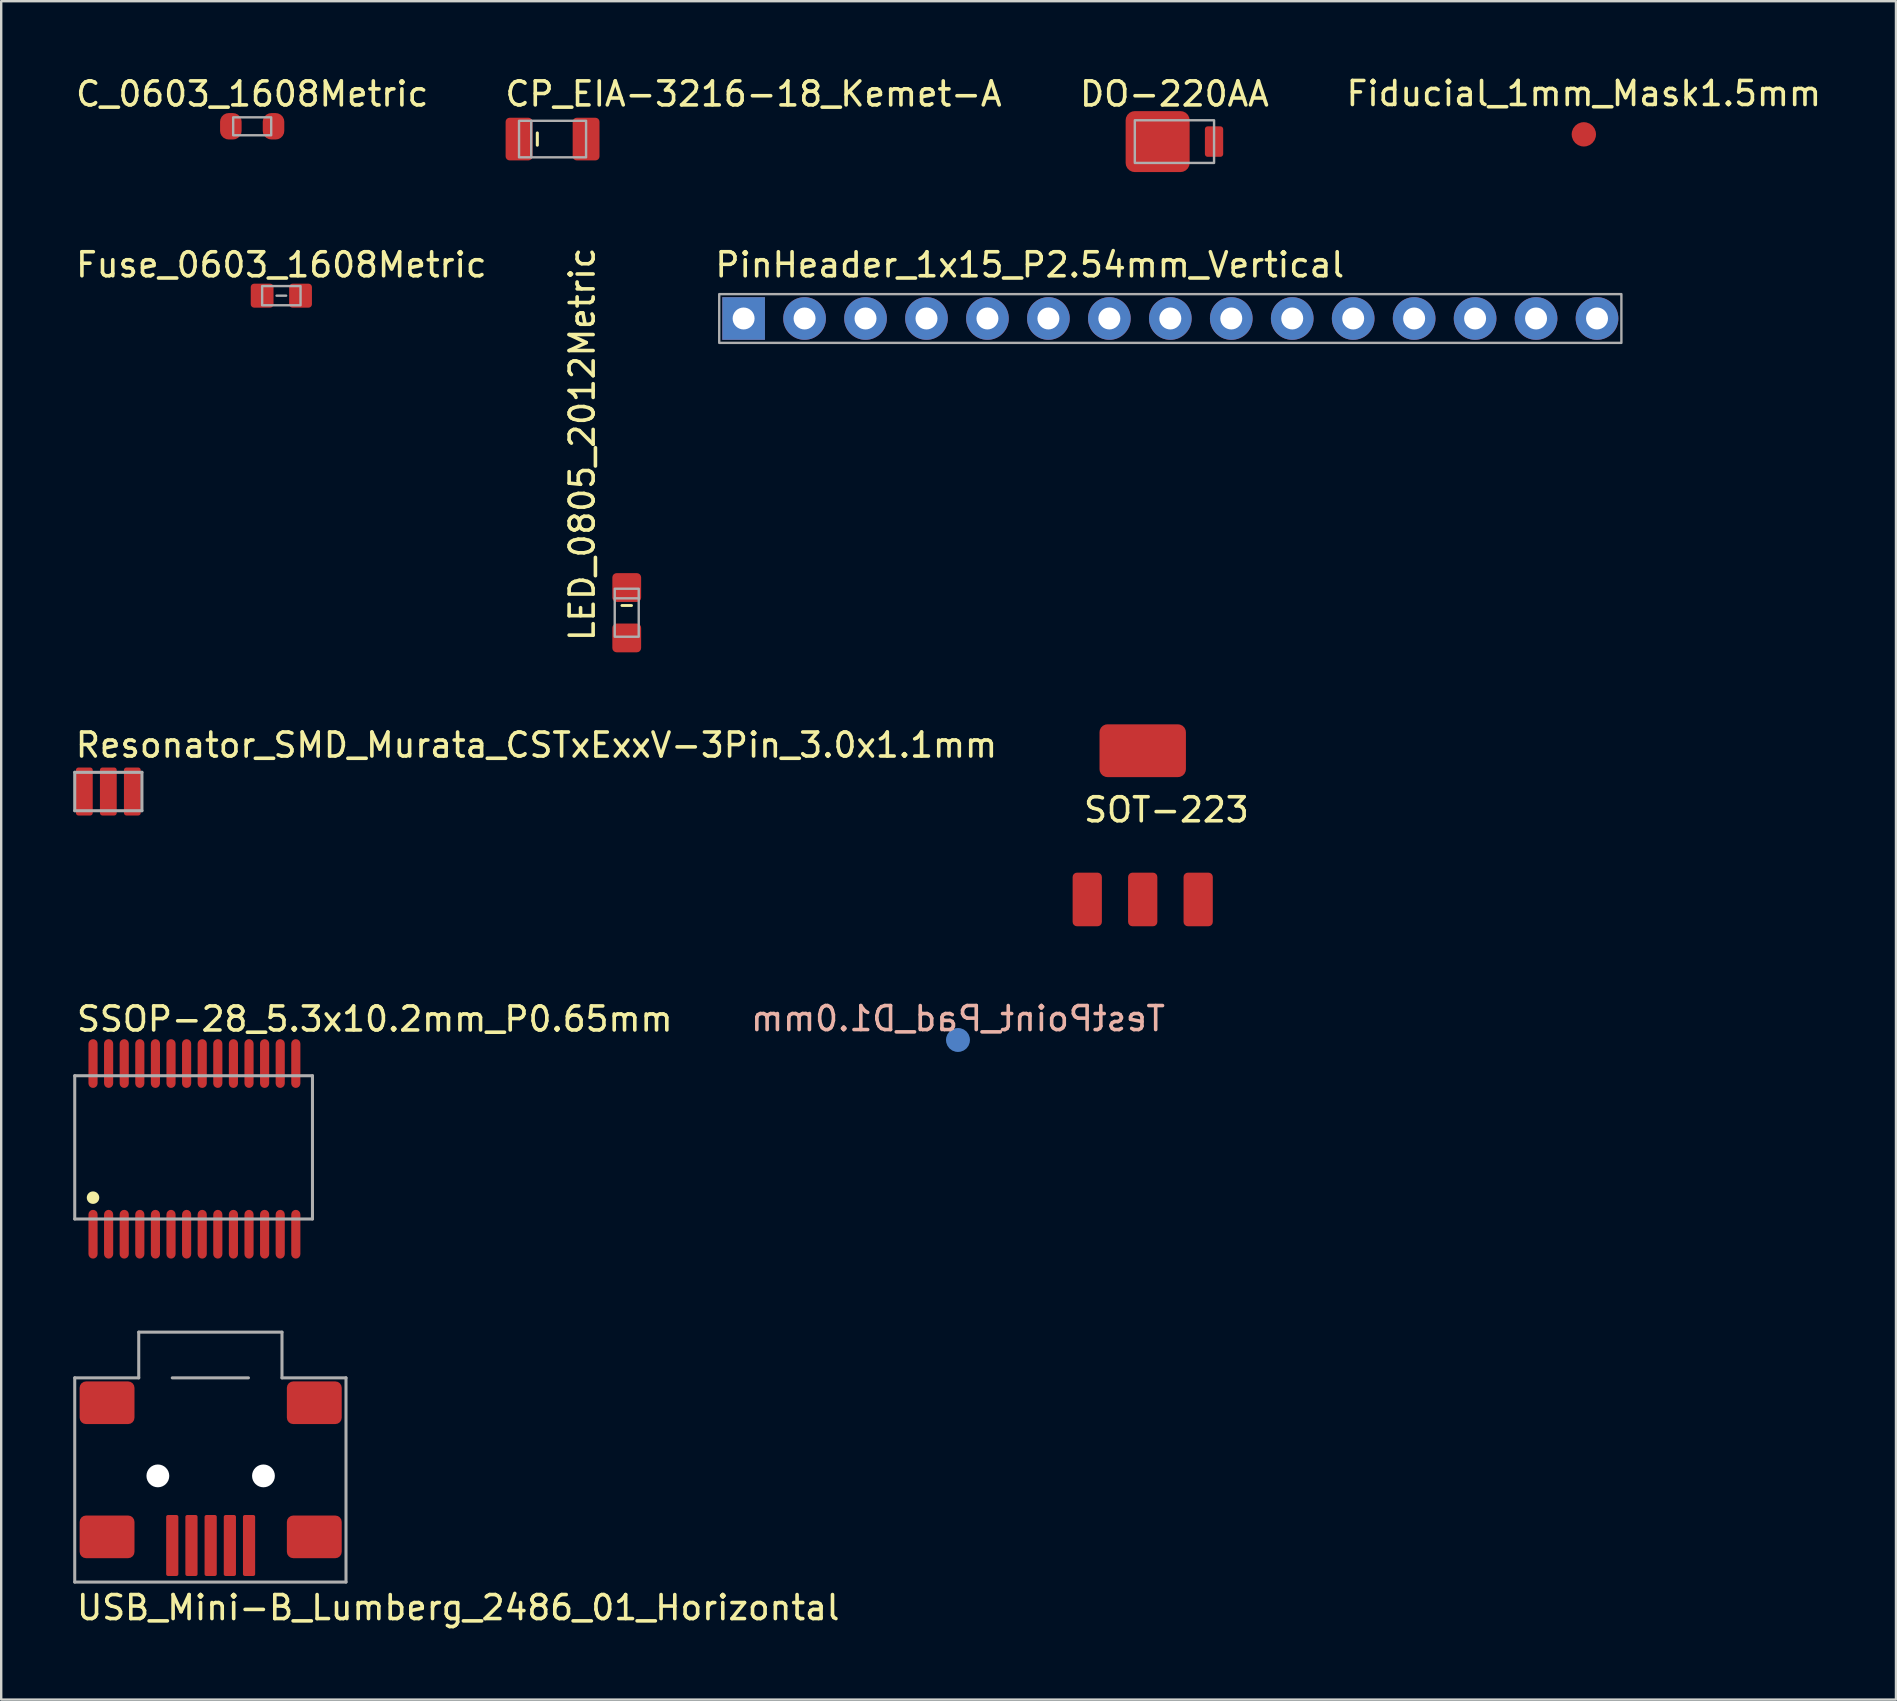
<source format=kicad_pcb>
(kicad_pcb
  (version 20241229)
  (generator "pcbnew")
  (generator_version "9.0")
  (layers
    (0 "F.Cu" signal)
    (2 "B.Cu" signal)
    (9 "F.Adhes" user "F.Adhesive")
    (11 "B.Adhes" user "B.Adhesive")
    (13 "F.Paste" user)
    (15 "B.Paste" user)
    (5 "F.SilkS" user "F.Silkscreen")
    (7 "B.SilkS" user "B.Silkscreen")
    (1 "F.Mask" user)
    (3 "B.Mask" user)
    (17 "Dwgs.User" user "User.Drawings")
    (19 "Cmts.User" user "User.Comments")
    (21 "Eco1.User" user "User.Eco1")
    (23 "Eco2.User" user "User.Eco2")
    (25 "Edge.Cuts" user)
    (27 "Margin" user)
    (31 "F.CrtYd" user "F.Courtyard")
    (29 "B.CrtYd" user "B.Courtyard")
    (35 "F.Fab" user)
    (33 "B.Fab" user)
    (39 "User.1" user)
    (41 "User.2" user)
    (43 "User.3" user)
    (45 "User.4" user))
  (footprint "Resonator_SMD_Murata_CSTxExxV-3Pin_3.0x1.1mm"
    (layer "F.Cu")
    (at 1.464 29.931)
    (property "Reference" "Resonator_SMD_Murata_CSTxExxV-3Pin_3.0x1.1mm" (at -1.45 -1.35 0) (layer "F.SilkS") (effects (font (size 1 1) (thickness 0.15)) (justify left bottom)))
    (attr smd)
    (fp_line (start -1.4 -0.8) (end 1.4 -0.8) (stroke (width 0.127) (type solid)) (layer "F.Fab"))
    (fp_line (start -1.4 0.8) (end -1.4 -0.8) (stroke (width 0.127) (type solid)) (layer "F.Fab"))
    (fp_line (start 1.4 -0.8) (end 1.4 0.8) (stroke (width 0.127) (type solid)) (layer "F.Fab"))
    (fp_line (start 1.4 0.8) (end -1.4 0.8) (stroke (width 0.127) (type solid)) (layer "F.Fab"))
    (pad "1" smd roundrect (at -1 0 90) (size 2 0.7) (layers "F.Cu" "F.Mask" "F.Paste") (roundrect_rratio 0.15))
    (pad "2" smd roundrect (at 0 0 90) (size 2 0.7) (layers "F.Cu" "F.Mask" "F.Paste") (roundrect_rratio 0.15))
    (pad "3" smd roundrect (at 1 0 90) (size 2 0.7) (layers "F.Cu" "F.Mask" "F.Paste") (roundrect_rratio 0.15)))
  (footprint "C_0603_1608Metric"
    (layer "F.Cu")
    (at 7.458 2.212)
    (property "Reference" "C_0603_1608Metric" (at 0 -0.762 0) (layer "F.SilkS") (effects (font (size 1 1) (thickness 0.15)) (justify bottom)))
    (attr smd)
    (fp_rect (start -0.792 -0.373) (end 0.792 0.373) (stroke (width 0.1) (type solid)) (fill no) (layer "F.Fab"))
    (pad "1" smd roundrect (at -0.889 0 90) (size 1.1 0.898) (layers "F.Cu" "F.Mask" "F.Paste") (roundrect_rratio 0.4))
    (pad "2" smd roundrect (at 0.889 0 90) (size 1.1 0.898) (layers "F.Cu" "F.Mask" "F.Paste") (roundrect_rratio 0.4)))
  (footprint "LED_0805_2012Metric"
    (layer "F.Cu")
    (at 23.065 22.481)
    (property "Reference" "LED_0805_2012Metric" (at -1.27 1.27 90) (layer "F.SilkS") (effects (font (size 1 1) (thickness 0.15)) (justify left bottom)))
    (attr smd)
    (fp_line (start -0.2 -0.3) (end 0.2 -0.3) (stroke (width 0.12) (type solid)) (layer "F.SilkS"))
    (fp_line (start -0.5 -0.6) (end 0.5 -0.6) (stroke (width 0.1) (type solid)) (layer "F.Fab"))
    (fp_rect (start -0.5 1) (end 0.5 -1) (stroke (width 0.1) (type solid)) (fill no) (layer "F.Fab"))
    (pad "1" smd roundrect (at 0 1.05 90) (size 1.2 1.2) (layers "F.Cu" "F.Mask" "F.Paste") (roundrect_rratio 0.15))
    (pad "2" smd roundrect (at 0 -1.05 90) (size 1.2 1.2) (layers "F.Cu" "F.Mask" "F.Paste") (roundrect_rratio 0.15)))
  (footprint "TestPoint_Pad_D1.0mm"
    (layer "F.Cu")
    (at 36.867 40.284)
    (property "Reference" "TestPoint_Pad_D1.0mm" (at 0 -0.889 0) (layer "B.SilkS") (effects (font (size 1 1) (thickness 0.15)) (justify mirror)))
    (pad "X" smd roundrect (at 0 0) (size 1 1) (layers "B.Cu" "B.Mask") (roundrect_rratio 0.5)))
  (footprint "CP_EIA-3216-18_Kemet-A"
    (layer "F.Cu")
    (at 18.577 2.745)
    (property "Reference" "CP_EIA-3216-18_Kemet-A" (at -0.66 -1.295 0) (layer "F.SilkS") (effects (font (size 1 1) (thickness 0.15)) (justify left bottom)))
    (attr smd)
    (fp_line (start 0.762 0.254) (end 0.762 -0.254) (stroke (width 0.127) (type solid)) (layer "F.SilkS"))
    (fp_rect (start 0 -0.762) (end 2.794 0.762) (stroke (width 0.1) (type solid)) (fill no) (layer "F.Fab"))
    (fp_rect (start 0.508 -0.762) (end 0.508 0.762) (stroke (width 0.1) (type solid)) (fill no) (layer "F.Fab"))
    (pad "1" smd roundrect (at 0 0) (size 1.118 1.778) (layers "F.Cu" "F.Mask" "F.Paste") (roundrect_rratio 0.15))
    (pad "2" smd roundrect (at 2.794 0) (size 1.118 1.778) (layers "F.Cu" "F.Mask" "F.Paste") (roundrect_rratio 0.15)))
  (footprint "PinHeader_1x15_P2.54mm_Vertical"
    (layer "F.Cu")
    (at 45.715 10.221)
    (property "Reference" "PinHeader_1x15_P2.54mm_Vertical" (at -19.05 -1.651 0) (layer "F.SilkS") (effects (font (size 1 1) (thickness 0.15)) (justify left bottom)))
    (attr through_hole)
    (fp_rect (start -18.796 -1.016) (end 18.796 1.016) (stroke (width 0.1) (type solid)) (fill no) (layer "F.Fab"))
    (pad "1" thru_hole rect (at -17.78 0) (size 1.778 1.778) (drill 0.914) (layers "*.Cu" "*.Mask"))
    (pad "2" thru_hole circle (at -15.24 0) (size 1.778 1.778) (drill 0.914) (layers "*.Cu" "*.Mask"))
    (pad "3" thru_hole circle (at -12.7 0) (size 1.778 1.778) (drill 0.914) (layers "*.Cu" "*.Mask"))
    (pad "4" thru_hole circle (at -10.16 0) (size 1.778 1.778) (drill 0.914) (layers "*.Cu" "*.Mask"))
    (pad "5" thru_hole circle (at -7.62 0) (size 1.778 1.778) (drill 0.914) (layers "*.Cu" "*.Mask"))
    (pad "6" thru_hole circle (at -5.08 0) (size 1.778 1.778) (drill 0.914) (layers "*.Cu" "*.Mask"))
    (pad "7" thru_hole circle (at -2.54 0) (size 1.778 1.778) (drill 0.914) (layers "*.Cu" "*.Mask"))
    (pad "8" thru_hole circle (at 0 0) (size 1.778 1.778) (drill 0.914) (layers "*.Cu" "*.Mask"))
    (pad "9" thru_hole circle (at 2.54 0) (size 1.778 1.778) (drill 0.914) (layers "*.Cu" "*.Mask"))
    (pad "10" thru_hole circle (at 5.08 0) (size 1.778 1.778) (drill 0.914) (layers "*.Cu" "*.Mask"))
    (pad "11" thru_hole circle (at 7.62 0) (size 1.778 1.778) (drill 0.914) (layers "*.Cu" "*.Mask"))
    (pad "12" thru_hole circle (at 10.16 0) (size 1.778 1.778) (drill 0.914) (layers "*.Cu" "*.Mask"))
    (pad "13" thru_hole circle (at 12.7 0) (size 1.778 1.778) (drill 0.914) (layers "*.Cu" "*.Mask"))
    (pad "14" thru_hole circle (at 15.24 0) (size 1.778 1.778) (drill 0.914) (layers "*.Cu" "*.Mask"))
    (pad "15" thru_hole circle (at 17.78 0) (size 1.778 1.778) (drill 0.914) (layers "*.Cu" "*.Mask")))
  (footprint "Fuse_0603_1608Metric"
    (layer "F.Cu")
    (at 8.673 9.27)
    (property "Reference" "Fuse_0603_1608Metric" (at 0 -0.7 0) (layer "F.SilkS") (effects (font (size 1 1) (thickness 0.15)) (justify bottom)))
    (attr smd)
    (fp_line (start -0.2 0) (end 0.2 0) (stroke (width 0.1) (type solid)) (layer "F.Fab"))
    (fp_rect (start -0.8 -0.4) (end 0.8 0.4) (stroke (width 0.1) (type solid)) (fill no) (layer "F.Fab"))
    (pad "1" smd roundrect (at -0.8 0) (size 0.95 1) (layers "F.Cu" "F.Mask" "F.Paste") (roundrect_rratio 0.15))
    (pad "2" smd roundrect (at 0.8 0) (size 0.95 1) (layers "F.Cu" "F.Mask" "F.Paste") (roundrect_rratio 0.15)))
  (footprint "USB_Mini-B_Lumberg_2486_01_Horizontal"
    (layer "F.Cu")
    (at 4.128 61.348)
    (property "Reference" "USB_Mini-B_Lumberg_2486_01_Horizontal" (at -4.064 3.175 0) (layer "F.SilkS") (effects (font (size 1 1) (thickness 0.15)) (justify left bottom)))
    (attr smd)
    (fp_line (start -4.064 -6.985) (end -1.397 -6.985) (stroke (width 0.127) (type solid)) (layer "F.Fab"))
    (fp_line (start -4.064 1.524) (end -4.064 -6.985) (stroke (width 0.127) (type solid)) (layer "F.Fab"))
    (fp_line (start -1.397 -8.89) (end 4.572 -8.89) (stroke (width 0.127) (type solid)) (layer "F.Fab"))
    (fp_line (start -1.397 -6.985) (end -1.397 -8.89) (stroke (width 0.127) (type solid)) (layer "F.Fab"))
    (fp_line (start 0 -6.985) (end 3.175 -6.985) (stroke (width 0.127) (type solid)) (layer "F.Fab"))
    (fp_line (start 4.572 -8.89) (end 4.572 -6.985) (stroke (width 0.127) (type solid)) (layer "F.Fab"))
    (fp_line (start 4.572 -6.985) (end 7.239 -6.985) (stroke (width 0.127) (type solid)) (layer "F.Fab"))
    (fp_line (start 7.239 -6.985) (end 7.239 1.524) (stroke (width 0.127) (type solid)) (layer "F.Fab"))
    (fp_line (start 7.239 1.524) (end -4.064 1.524) (stroke (width 0.127) (type solid)) (layer "F.Fab"))
    (pad "" np_thru_hole circle (at -0.6 -2.9) (size 0.95 0.95) (drill 0.95) (layers "*.Cu" "*.Mask"))
    (pad "" np_thru_hole circle (at 3.8 -2.9) (size 0.95 0.95) (drill 0.95) (layers "*.Cu" "*.Mask"))
    (pad "1" smd roundrect (at 0 0 90) (size 2.54 0.508) (layers "F.Cu" "F.Mask" "F.Paste") (roundrect_rratio 0.15))
    (pad "2" smd roundrect (at 0.8 0 90) (size 2.54 0.508) (layers "F.Cu" "F.Mask" "F.Paste") (roundrect_rratio 0.15))
    (pad "3" smd roundrect (at 1.6 0 90) (size 2.54 0.508) (layers "F.Cu" "F.Mask" "F.Paste") (roundrect_rratio 0.15))
    (pad "4" smd roundrect (at 2.4 0 90) (size 2.54 0.508) (layers "F.Cu" "F.Mask" "F.Paste") (roundrect_rratio 0.15))
    (pad "5" smd roundrect (at 3.2 0 90) (size 2.54 0.508) (layers "F.Cu" "F.Mask" "F.Paste") (roundrect_rratio 0.15))
    (pad "6" smd roundrect (at -2.717 -5.948 90) (size 1.778 2.286) (layers "F.Cu" "F.Mask" "F.Paste") (roundrect_rratio 0.15))
    (pad "7" smd roundrect (at -2.717 -0.36 90) (size 1.778 2.286) (layers "F.Cu" "F.Mask" "F.Paste") (roundrect_rratio 0.15))
    (pad "8" smd roundrect (at 5.918 -0.36 90) (size 1.778 2.286) (layers "F.Cu" "F.Mask" "F.Paste") (roundrect_rratio 0.15))
    (pad "9" smd roundrect (at 5.918 -5.948 90) (size 1.778 2.286) (layers "F.Cu" "F.Mask" "F.Paste") (roundrect_rratio 0.15)))
  (footprint "SSOP-28_5.3x10.2mm_P0.65mm"
    (layer "F.Cu")
    (at 0.826 48.378)
    (property "Reference" "SSOP-28_5.3x10.2mm_P0.65mm" (at -0.762 -8.382 0) (layer "F.SilkS") (effects (font (size 1 1) (thickness 0.15)) (justify left bottom)))
    (attr smd)
    (fp_circle (center 0 -1.524) (end 0.2 -1.524) (stroke (width 0.12) (type solid)) (fill yes) (layer "F.SilkS"))
    (fp_line (start -0.762 -6.604) (end 9.144 -6.604) (stroke (width 0.127) (type solid)) (layer "F.Fab"))
    (fp_line (start -0.762 -0.635) (end -0.762 -6.604) (stroke (width 0.127) (type solid)) (layer "F.Fab"))
    (fp_line (start 9.144 -6.604) (end 9.144 -0.635) (stroke (width 0.127) (type solid)) (layer "F.Fab"))
    (fp_line (start 9.144 -0.635) (end -0.762 -0.635) (stroke (width 0.127) (type solid)) (layer "F.Fab"))
    (pad "1" smd roundrect (at 0 0) (size 0.381 2.032) (layers "F.Cu" "F.Mask" "F.Paste") (roundrect_rratio 0.5))
    (pad "2" smd roundrect (at 0.65 0) (size 0.381 2.032) (layers "F.Cu" "F.Mask" "F.Paste") (roundrect_rratio 0.5))
    (pad "3" smd roundrect (at 1.3 0) (size 0.381 2.032) (layers "F.Cu" "F.Mask" "F.Paste") (roundrect_rratio 0.5))
    (pad "4" smd roundrect (at 1.95 0) (size 0.381 2.032) (layers "F.Cu" "F.Mask" "F.Paste") (roundrect_rratio 0.5))
    (pad "5" smd roundrect (at 2.6 0) (size 0.381 2.032) (layers "F.Cu" "F.Mask" "F.Paste") (roundrect_rratio 0.5))
    (pad "6" smd roundrect (at 3.25 0) (size 0.381 2.032) (layers "F.Cu" "F.Mask" "F.Paste") (roundrect_rratio 0.5))
    (pad "7" smd roundrect (at 3.9 0) (size 0.381 2.032) (layers "F.Cu" "F.Mask" "F.Paste") (roundrect_rratio 0.5))
    (pad "8" smd roundrect (at 4.55 0) (size 0.381 2.032) (layers "F.Cu" "F.Mask" "F.Paste") (roundrect_rratio 0.5))
    (pad "9" smd roundrect (at 5.2 0) (size 0.381 2.032) (layers "F.Cu" "F.Mask" "F.Paste") (roundrect_rratio 0.5))
    (pad "10" smd roundrect (at 5.85 0) (size 0.381 2.032) (layers "F.Cu" "F.Mask" "F.Paste") (roundrect_rratio 0.5))
    (pad "11" smd roundrect (at 6.5 0) (size 0.381 2.032) (layers "F.Cu" "F.Mask" "F.Paste") (roundrect_rratio 0.5))
    (pad "12" smd roundrect (at 7.15 0) (size 0.381 2.032) (layers "F.Cu" "F.Mask" "F.Paste") (roundrect_rratio 0.5))
    (pad "13" smd roundrect (at 7.8 0) (size 0.381 2.032) (layers "F.Cu" "F.Mask" "F.Paste") (roundrect_rratio 0.5))
    (pad "14" smd roundrect (at 8.45 0) (size 0.381 2.032) (layers "F.Cu" "F.Mask" "F.Paste") (roundrect_rratio 0.5))
    (pad "15" smd roundrect (at 8.45 -7.112) (size 0.381 2.032) (layers "F.Cu" "F.Mask" "F.Paste") (roundrect_rratio 0.5))
    (pad "16" smd roundrect (at 7.8 -7.112) (size 0.381 2.032) (layers "F.Cu" "F.Mask" "F.Paste") (roundrect_rratio 0.5))
    (pad "17" smd roundrect (at 7.15 -7.112) (size 0.381 2.032) (layers "F.Cu" "F.Mask" "F.Paste") (roundrect_rratio 0.5))
    (pad "18" smd roundrect (at 6.5 -7.112) (size 0.381 2.032) (layers "F.Cu" "F.Mask" "F.Paste") (roundrect_rratio 0.5))
    (pad "19" smd roundrect (at 5.85 -7.112) (size 0.381 2.032) (layers "F.Cu" "F.Mask" "F.Paste") (roundrect_rratio 0.5))
    (pad "20" smd roundrect (at 5.2 -7.112) (size 0.381 2.032) (layers "F.Cu" "F.Mask" "F.Paste") (roundrect_rratio 0.5))
    (pad "21" smd roundrect (at 4.55 -7.112) (size 0.381 2.032) (layers "F.Cu" "F.Mask" "F.Paste") (roundrect_rratio 0.5))
    (pad "22" smd roundrect (at 3.9 -7.112) (size 0.381 2.032) (layers "F.Cu" "F.Mask" "F.Paste") (roundrect_rratio 0.5))
    (pad "23" smd roundrect (at 3.25 -7.112) (size 0.381 2.032) (layers "F.Cu" "F.Mask" "F.Paste") (roundrect_rratio 0.5))
    (pad "24" smd roundrect (at 2.6 -7.112) (size 0.381 2.032) (layers "F.Cu" "F.Mask" "F.Paste") (roundrect_rratio 0.5))
    (pad "25" smd roundrect (at 1.95 -7.112) (size 0.381 2.032) (layers "F.Cu" "F.Mask" "F.Paste") (roundrect_rratio 0.5))
    (pad "26" smd roundrect (at 1.3 -7.112) (size 0.381 2.032) (layers "F.Cu" "F.Mask" "F.Paste") (roundrect_rratio 0.5))
    (pad "27" smd roundrect (at 0.65 -7.112) (size 0.381 2.032) (layers "F.Cu" "F.Mask" "F.Paste") (roundrect_rratio 0.5))
    (pad "28" smd roundrect (at 0 -7.112) (size 0.381 2.032) (layers "F.Cu" "F.Mask" "F.Paste") (roundrect_rratio 0.5)))
  (footprint "SOT-223"
    (layer "F.Cu")
    (at 44.565 31.33)
    (property "Reference" "SOT-223" (at -2.54 -0.051 0) (layer "F.SilkS") (effects (font (size 1 1) (thickness 0.15)) (justify left bottom)))
    (attr smd)
    (pad "1" smd roundrect (at -2.311 3.099) (size 1.219 2.235) (layers "F.Cu" "F.Mask" "F.Paste") (roundrect_rratio 0.15))
    (pad "2" smd roundrect (at 0 3.099) (size 1.219 2.235) (layers "F.Cu" "F.Mask" "F.Paste") (roundrect_rratio 0.15))
    (pad "3" smd roundrect (at 2.311 3.099) (size 1.219 2.235) (layers "F.Cu" "F.Mask" "F.Paste") (roundrect_rratio 0.15))
    (pad "4" smd roundrect (at 0 -3.099) (size 3.6 2.2) (layers "F.Cu" "F.Mask" "F.Paste") (roundrect_rratio 0.15)))
  (footprint "Fiducial_1mm_Mask1.5mm"
    (layer "F.Cu")
    (at 62.946 2.548)
    (property "Reference" "Fiducial_1mm_Mask1.5mm" (at 0 -1.7 0) (layer "F.SilkS") (effects (font (size 1 1) (thickness 0.15))))
    (fp_circle (center 0 0) (end 0.5 0) (stroke (width 1.2) (type solid)) (fill no) (layer "F.Mask"))
    (pad "1" smd roundrect (at 0 0) (size 1.016 1.016) (layers "F.Cu" "F.Mask") (roundrect_rratio 0.5))
    (zone (net_name "") (layer "F.Cu") (hatch edge 0.508) (connect_pads) (min_thickness 0.254) (filled_areas_thickness no) (keepout (tracks not_allowed) (vias not_allowed) (pads not_allowed) (copperpour not_allowed) (footprints allowed)) (placement (enabled no)) (fill) (polygon (pts (xy 64.01 2.548) (xy 63.994 2.364) (xy 63.946 2.185) (xy 63.867 2.017) (xy 63.761 1.865) (xy 63.63 1.734) (xy 63.478 1.627) (xy 63.31 1.549) (xy 63.131 1.501) (xy 62.946 1.485) (xy 62.762 1.501) (xy 62.583 1.549) (xy 62.415 1.627) (xy 62.263 1.734) (xy 62.132 1.865) (xy 62.025 2.017) (xy 61.947 2.185) (xy 61.899 2.364) (xy 61.883 2.548) (xy 61.899 2.733) (xy 61.947 2.912) (xy 62.025 3.08) (xy 62.132 3.232) (xy 62.263 3.363) (xy 62.415 3.469) (xy 62.583 3.548) (xy 62.762 3.596) (xy 62.946 3.612) (xy 63.131 3.596) (xy 63.31 3.548) (xy 63.478 3.469) (xy 63.63 3.363) (xy 63.761 3.232) (xy 63.867 3.08) (xy 63.946 2.912) (xy 63.994 2.733))) (polygon (pts (xy 63.883 2.548) (xy 63.869 2.386) (xy 63.826 2.228) (xy 63.757 2.08) (xy 63.664 1.946) (xy 63.548 1.831) (xy 63.415 1.737) (xy 63.267 1.668) (xy 63.109 1.626) (xy 62.946 1.612) (xy 62.784 1.626) (xy 62.626 1.668) (xy 62.478 1.737) (xy 62.344 1.831) (xy 62.229 1.946) (xy 62.135 2.08) (xy 62.066 2.228) (xy 62.024 2.386) (xy 62.01 2.548) (xy 62.024 2.711) (xy 62.066 2.869) (xy 62.135 3.017) (xy 62.229 3.15) (xy 62.344 3.266) (xy 62.478 3.359) (xy 62.626 3.428) (xy 62.784 3.471) (xy 62.946 3.485) (xy 63.109 3.471) (xy 63.267 3.428) (xy 63.415 3.359) (xy 63.548 3.266) (xy 63.664 3.15) (xy 63.757 3.017) (xy 63.826 2.869) (xy 63.869 2.711)))))
  (footprint "DO-220AA"
    (layer "F.Cu")
    (at 45.887 2.85)
    (property "Reference" "DO-220AA" (at 0 -1.4 0) (layer "F.SilkS") (effects (font (size 1 1) (thickness 0.15)) (justify bottom)))
    (attr smd)
    (fp_rect (start -1.651 -0.889) (end 1.651 0.889) (stroke (width 0.1) (type solid)) (fill no) (layer "F.Fab"))
    (pad "1" smd roundrect (at -0.7 0) (size 2.667 2.54) (layers "F.Cu" "F.Mask" "F.Paste") (roundrect_rratio 0.15))
    (pad "2" smd roundrect (at 1.65 0) (size 0.762 1.27) (layers "F.Cu" "F.Mask" "F.Paste") (roundrect_rratio 0.15)))
  (gr_rect
    (start -3 -3)
    (end 75.952 67.769)
    (stroke (width 0.1) (type default))
    (fill no)
    (layer "Edge.Cuts")))
</source>
